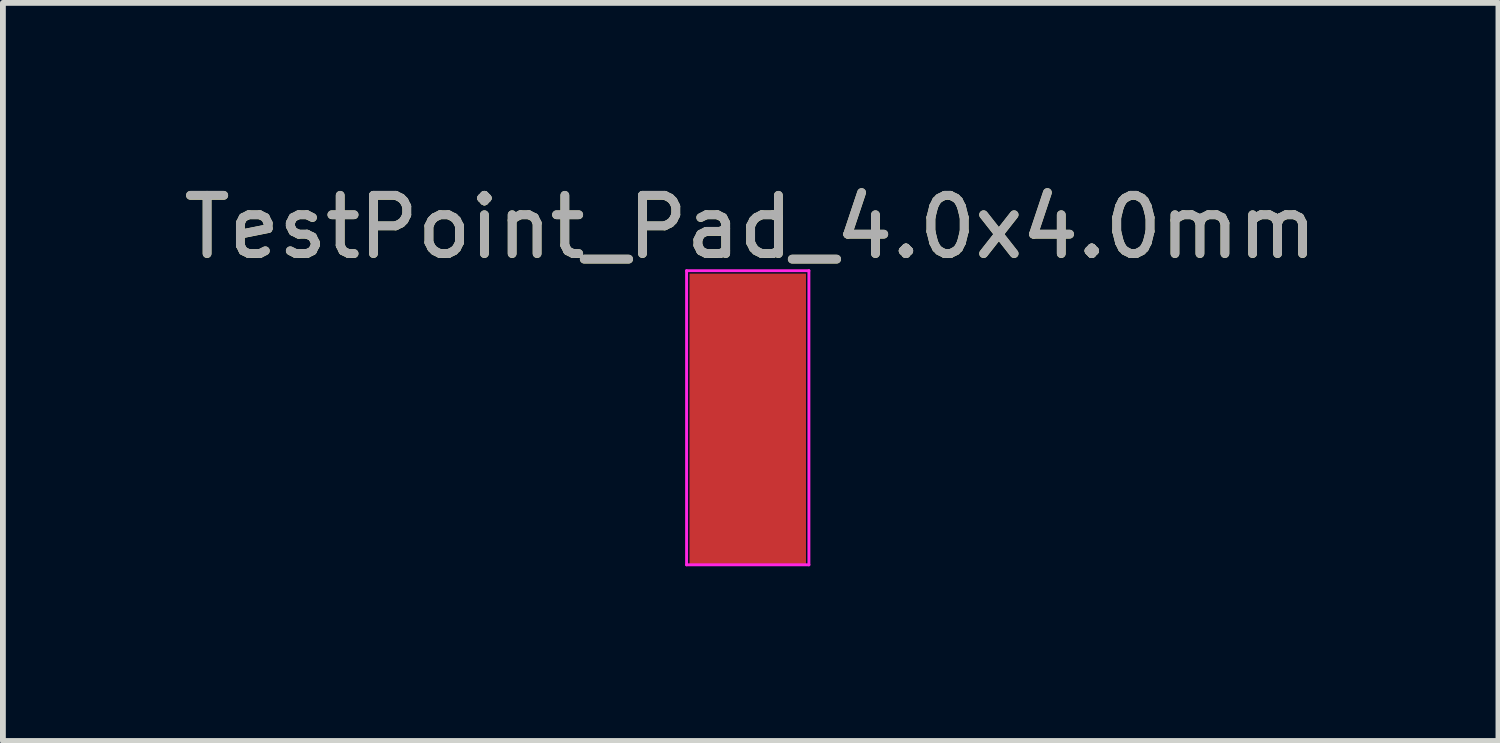
<source format=kicad_pcb>
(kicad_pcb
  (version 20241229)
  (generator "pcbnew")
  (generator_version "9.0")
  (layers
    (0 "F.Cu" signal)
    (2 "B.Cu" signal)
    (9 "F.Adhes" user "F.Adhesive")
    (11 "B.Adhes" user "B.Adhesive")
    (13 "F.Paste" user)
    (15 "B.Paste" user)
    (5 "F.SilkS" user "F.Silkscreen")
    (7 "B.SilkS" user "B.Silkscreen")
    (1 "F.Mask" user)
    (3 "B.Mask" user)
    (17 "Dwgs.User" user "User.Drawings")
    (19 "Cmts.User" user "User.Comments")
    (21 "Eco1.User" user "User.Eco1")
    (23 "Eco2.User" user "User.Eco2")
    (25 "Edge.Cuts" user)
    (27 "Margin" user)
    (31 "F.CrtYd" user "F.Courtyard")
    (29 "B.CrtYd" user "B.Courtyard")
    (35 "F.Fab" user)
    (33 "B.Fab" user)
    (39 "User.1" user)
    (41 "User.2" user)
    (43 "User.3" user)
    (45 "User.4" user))
  (footprint "TestPoint_Pad_4.0x4.0mm"
    (layer "F.Cu")
    (at 9.839 4.198)
    (property "Reference" "TestPoint_Pad_4.0x4.0mm" (at 0 -3.348 0) (layer "F.SilkS") (effects (font (size 1 1) (thickness 0.15))))
    (attr exclude_from_pos_files exclude_from_bom)
    (fp_line (start -1.1 -2.6) (end -1.1 2.45) (stroke (width 0.05) (type solid)) (layer "F.CrtYd"))
    (fp_line (start -1.1 -2.6) (end 1 -2.6) (stroke (width 0.05) (type solid)) (layer "F.CrtYd"))
    (fp_line (start 1 2.45) (end -1.1 2.45) (stroke (width 0.05) (type solid)) (layer "F.CrtYd"))
    (fp_line (start 1 2.45) (end 1 -2.6) (stroke (width 0.05) (type solid)) (layer "F.CrtYd"))
    (fp_text user "${REFERENCE}" (at 0 -3.35 0) (layer "F.Fab") (effects (font (size 1 1) (thickness 0.15))))
    (pad "1" smd rect (at -0.05 -0.05) (size 2 5) (layers "F.Cu" "F.Mask")))
  (gr_rect
    (start -3 -3)
    (end 22.679 9.673)
    (stroke (width 0.1) (type default))
    (fill no)
    (layer "Edge.Cuts")))
</source>
